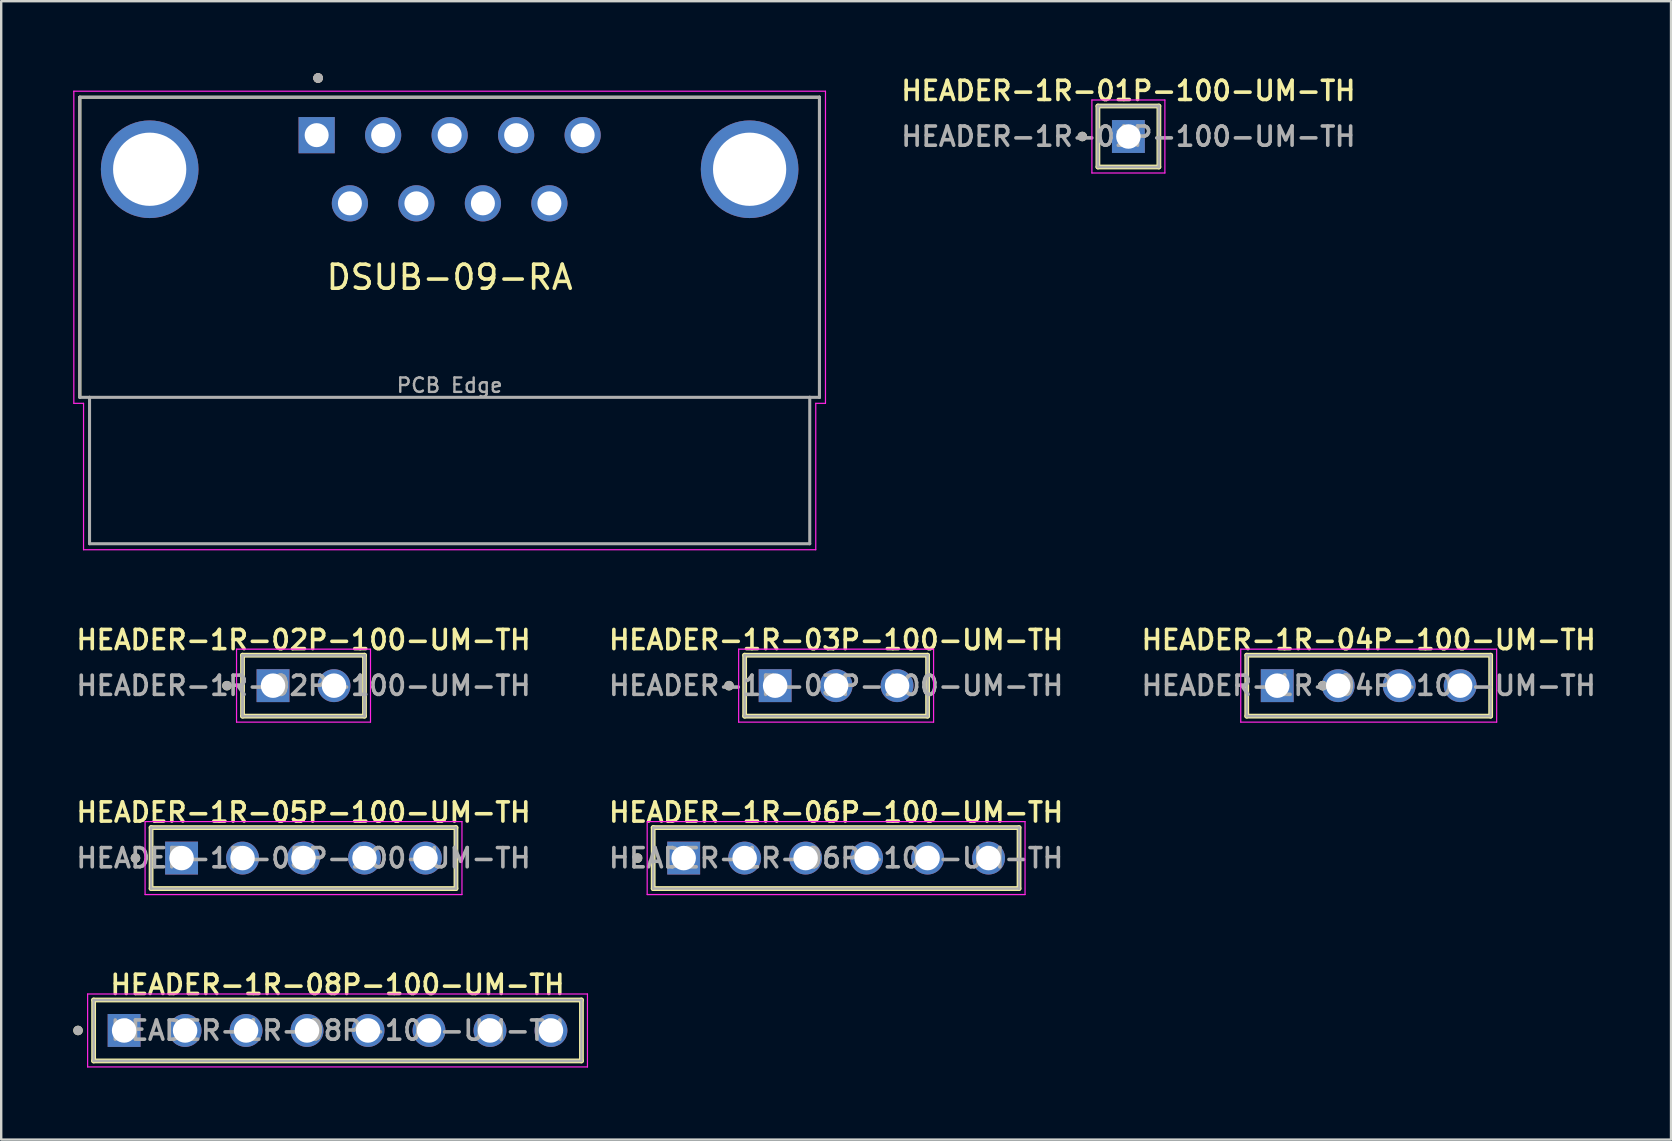
<source format=kicad_pcb>
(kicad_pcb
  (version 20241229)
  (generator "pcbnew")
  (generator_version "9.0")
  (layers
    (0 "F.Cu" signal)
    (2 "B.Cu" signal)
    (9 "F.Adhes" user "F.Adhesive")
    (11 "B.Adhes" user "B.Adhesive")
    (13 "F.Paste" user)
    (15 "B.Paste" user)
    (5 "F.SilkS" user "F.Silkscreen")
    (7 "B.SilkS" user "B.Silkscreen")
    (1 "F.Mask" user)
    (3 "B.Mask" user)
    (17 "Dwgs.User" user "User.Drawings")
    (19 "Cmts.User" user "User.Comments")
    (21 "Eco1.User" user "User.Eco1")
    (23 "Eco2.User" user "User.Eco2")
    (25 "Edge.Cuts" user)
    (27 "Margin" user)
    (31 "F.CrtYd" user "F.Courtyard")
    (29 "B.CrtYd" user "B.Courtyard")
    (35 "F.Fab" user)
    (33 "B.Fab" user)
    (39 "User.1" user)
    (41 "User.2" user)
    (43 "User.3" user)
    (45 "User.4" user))
  (footprint "HEADER-1R-03P-100-UM-TH"
    (layer "F.Cu")
    (at 31.778 25.511)
    (property "Reference" "HEADER-1R-03P-100-UM-TH" (at 0 -1.905 0) (layer "F.SilkS") (effects (font (size 0.8 0.8) (thickness 0.15))))
    (attr through_hole)
    (fp_line (start -3.81 1.27) (end -3.81 -1.27) (stroke (width 0.2) (type solid)) (layer "F.SilkS"))
    (fp_line (start 3.81 -1.27) (end -3.81 -1.27) (stroke (width 0.2) (type solid)) (layer "F.SilkS"))
    (fp_line (start 3.81 -1.27) (end 3.81 1.27) (stroke (width 0.2) (type solid)) (layer "F.SilkS"))
    (fp_line (start 3.81 1.27) (end -3.81 1.27) (stroke (width 0.2) (type solid)) (layer "F.SilkS"))
    (fp_circle (center -4.46 0) (end -4.36 0) (stroke (width 0.2) (type solid)) (fill no) (layer "F.SilkS"))
    (fp_line (start -4.06 -1.52) (end 4.06 -1.52) (stroke (width 0.05) (type solid)) (layer "F.CrtYd"))
    (fp_line (start -4.06 1.52) (end -4.06 -1.52) (stroke (width 0.05) (type solid)) (layer "F.CrtYd"))
    (fp_line (start 4.06 -1.52) (end 4.06 1.52) (stroke (width 0.05) (type solid)) (layer "F.CrtYd"))
    (fp_line (start 4.06 1.52) (end -4.06 1.52) (stroke (width 0.05) (type solid)) (layer "F.CrtYd"))
    (fp_line (start -3.81 -1.27) (end 3.81 -1.27) (stroke (width 0.1) (type solid)) (layer "F.Fab"))
    (fp_line (start -3.81 1.27) (end -3.81 -1.27) (stroke (width 0.1) (type solid)) (layer "F.Fab"))
    (fp_line (start 3.81 -1.27) (end 3.81 1.27) (stroke (width 0.1) (type solid)) (layer "F.Fab"))
    (fp_line (start 3.81 1.27) (end -3.81 1.27) (stroke (width 0.1) (type solid)) (layer "F.Fab"))
    (fp_circle (center -4.46 0) (end -4.36 0) (stroke (width 0.2) (type solid)) (fill no) (layer "F.Fab"))
    (fp_text user "${REFERENCE}" (at 0 0 0) (layer "F.Fab") (effects (font (size 0.8 0.8) (thickness 0.15) (bold yes))))
    (pad "01" thru_hole rect (at -2.54 0) (size 1.37 1.37) (drill 1.02) (layers "*.Cu" "*.Mask"))
    (pad "02" thru_hole circle (at 0 0) (size 1.37 1.37) (drill 1.02) (layers "*.Cu" "*.Mask"))
    (pad "03" thru_hole circle (at 2.54 0) (size 1.37 1.37) (drill 1.02) (layers "*.Cu" "*.Mask")))
  (footprint "HEADER-1R-01P-100-UM-TH"
    (layer "F.Cu")
    (at 43.953 2.636)
    (property "Reference" "HEADER-1R-01P-100-UM-TH" (at 0 -1.905 0) (layer "F.SilkS") (effects (font (size 0.8 0.8) (thickness 0.15))))
    (attr through_hole)
    (fp_line (start -1.27 1.27) (end -1.27 -1.27) (stroke (width 0.2) (type solid)) (layer "F.SilkS"))
    (fp_line (start 1.27 -1.27) (end -1.27 -1.27) (stroke (width 0.2) (type solid)) (layer "F.SilkS"))
    (fp_line (start 1.27 -1.27) (end 1.27 1.27) (stroke (width 0.2) (type solid)) (layer "F.SilkS"))
    (fp_line (start 1.27 1.27) (end -1.27 1.27) (stroke (width 0.2) (type solid)) (layer "F.SilkS"))
    (fp_circle (center -1.92 0) (end -1.82 0) (stroke (width 0.2) (type solid)) (fill no) (layer "F.SilkS"))
    (fp_line (start -1.52 -1.52) (end 1.52 -1.52) (stroke (width 0.05) (type solid)) (layer "F.CrtYd"))
    (fp_line (start -1.52 1.52) (end -1.52 -1.52) (stroke (width 0.05) (type solid)) (layer "F.CrtYd"))
    (fp_line (start 1.52 -1.52) (end 1.52 1.52) (stroke (width 0.05) (type solid)) (layer "F.CrtYd"))
    (fp_line (start 1.52 1.52) (end -1.52 1.52) (stroke (width 0.05) (type solid)) (layer "F.CrtYd"))
    (fp_line (start -1.27 -1.27) (end 1.27 -1.27) (stroke (width 0.1) (type solid)) (layer "F.Fab"))
    (fp_line (start -1.27 -1.27) (end 1.27 -1.27) (stroke (width 0.1) (type solid)) (layer "F.Fab"))
    (fp_line (start -1.27 1.27) (end -1.27 -1.27) (stroke (width 0.1) (type solid)) (layer "F.Fab"))
    (fp_line (start -1.27 1.27) (end -1.27 -1.27) (stroke (width 0.1) (type solid)) (layer "F.Fab"))
    (fp_line (start 1.27 -1.27) (end 1.27 1.27) (stroke (width 0.1) (type solid)) (layer "F.Fab"))
    (fp_line (start 1.27 -1.27) (end 1.27 1.27) (stroke (width 0.1) (type solid)) (layer "F.Fab"))
    (fp_line (start 1.27 1.27) (end -1.27 1.27) (stroke (width 0.1) (type solid)) (layer "F.Fab"))
    (fp_circle (center -1.92 0) (end -1.82 0) (stroke (width 0.2) (type solid)) (fill no) (layer "F.Fab"))
    (fp_text user "${REFERENCE}" (at 0 0 0) (layer "F.Fab") (effects (font (size 0.8 0.8) (thickness 0.15) (bold yes))))
    (pad "01" thru_hole rect (at 0 0) (size 1.37 1.37) (drill 1.02) (layers "*.Cu" "*.Mask")))
  (footprint "HEADER-1R-05P-100-UM-TH"
    (layer "F.Cu")
    (at 9.593 32.693)
    (property "Reference" "HEADER-1R-05P-100-UM-TH" (at 0 -1.905 0) (layer "F.SilkS") (effects (font (size 0.8 0.8) (thickness 0.15))))
    (attr through_hole)
    (fp_line (start -6.35 1.27) (end -6.35 -1.27) (stroke (width 0.2) (type solid)) (layer "F.SilkS"))
    (fp_line (start 6.35 -1.27) (end -6.35 -1.27) (stroke (width 0.2) (type solid)) (layer "F.SilkS"))
    (fp_line (start 6.35 -1.27) (end 6.35 1.27) (stroke (width 0.2) (type solid)) (layer "F.SilkS"))
    (fp_line (start 6.35 1.27) (end -6.35 1.27) (stroke (width 0.2) (type solid)) (layer "F.SilkS"))
    (fp_circle (center -7 0) (end -6.9 0) (stroke (width 0.2) (type solid)) (fill no) (layer "F.SilkS"))
    (fp_line (start -6.6 -1.52) (end 6.6 -1.52) (stroke (width 0.05) (type solid)) (layer "F.CrtYd"))
    (fp_line (start -6.6 1.52) (end -6.6 -1.52) (stroke (width 0.05) (type solid)) (layer "F.CrtYd"))
    (fp_line (start 6.6 -1.52) (end 6.6 1.52) (stroke (width 0.05) (type solid)) (layer "F.CrtYd"))
    (fp_line (start 6.6 1.52) (end -6.6 1.52) (stroke (width 0.05) (type solid)) (layer "F.CrtYd"))
    (fp_line (start -6.35 -1.27) (end 6.35 -1.27) (stroke (width 0.1) (type solid)) (layer "F.Fab"))
    (fp_line (start -6.35 1.27) (end -6.35 -1.27) (stroke (width 0.1) (type solid)) (layer "F.Fab"))
    (fp_line (start 6.35 -1.27) (end 6.35 1.27) (stroke (width 0.1) (type solid)) (layer "F.Fab"))
    (fp_line (start 6.35 1.27) (end -6.35 1.27) (stroke (width 0.1) (type solid)) (layer "F.Fab"))
    (fp_circle (center -7 0) (end -6.9 0) (stroke (width 0.2) (type solid)) (fill no) (layer "F.Fab"))
    (fp_text user "${REFERENCE}" (at 0 0 0) (layer "F.Fab") (effects (font (size 0.8 0.8) (thickness 0.15) (bold yes))))
    (pad "01" thru_hole rect (at -5.08 0) (size 1.37 1.37) (drill 1.02) (layers "*.Cu" "*.Mask"))
    (pad "02" thru_hole circle (at -2.54 0) (size 1.37 1.37) (drill 1.02) (layers "*.Cu" "*.Mask"))
    (pad "03" thru_hole circle (at 0 0) (size 1.37 1.37) (drill 1.02) (layers "*.Cu" "*.Mask"))
    (pad "04" thru_hole circle (at 2.54 0) (size 1.37 1.37) (drill 1.02) (layers "*.Cu" "*.Mask"))
    (pad "05" thru_hole circle (at 5.08 0) (size 1.37 1.37) (drill 1.02) (layers "*.Cu" "*.Mask")))
  (footprint "HEADER-1R-04P-100-UM-TH"
    (layer "F.Cu")
    (at 53.963 25.511)
    (property "Reference" "HEADER-1R-04P-100-UM-TH" (at 0 -1.905 0) (layer "F.SilkS") (effects (font (size 0.8 0.8) (thickness 0.15))))
    (attr through_hole)
    (fp_line (start -5.08 1.27) (end -5.08 -1.27) (stroke (width 0.2) (type solid)) (layer "F.SilkS"))
    (fp_line (start 5.08 -1.27) (end -5.08 -1.27) (stroke (width 0.2) (type solid)) (layer "F.SilkS"))
    (fp_line (start 5.08 -1.27) (end 5.08 1.27) (stroke (width 0.2) (type solid)) (layer "F.SilkS"))
    (fp_line (start 5.08 1.27) (end -5.08 1.27) (stroke (width 0.2) (type solid)) (layer "F.SilkS"))
    (fp_circle (center -1.92 0) (end -1.82 0) (stroke (width 0.2) (type solid)) (fill no) (layer "F.SilkS"))
    (fp_line (start -5.33 -1.52) (end 5.33 -1.52) (stroke (width 0.05) (type solid)) (layer "F.CrtYd"))
    (fp_line (start -5.33 1.52) (end -5.33 -1.52) (stroke (width 0.05) (type solid)) (layer "F.CrtYd"))
    (fp_line (start 5.33 -1.52) (end 5.33 1.52) (stroke (width 0.05) (type solid)) (layer "F.CrtYd"))
    (fp_line (start 5.33 1.52) (end -5.33 1.52) (stroke (width 0.05) (type solid)) (layer "F.CrtYd"))
    (fp_line (start -5.08 -1.27) (end 5.08 -1.27) (stroke (width 0.1) (type solid)) (layer "F.Fab"))
    (fp_line (start -5.08 1.27) (end -5.08 -1.27) (stroke (width 0.1) (type solid)) (layer "F.Fab"))
    (fp_line (start 5.08 -1.27) (end 5.08 1.27) (stroke (width 0.1) (type solid)) (layer "F.Fab"))
    (fp_line (start 5.08 1.27) (end -5.08 1.27) (stroke (width 0.1) (type solid)) (layer "F.Fab"))
    (fp_circle (center -1.92 0) (end -1.82 0) (stroke (width 0.2) (type solid)) (fill no) (layer "F.Fab"))
    (fp_text user "${REFERENCE}" (at 0 0 0) (layer "F.Fab") (effects (font (size 0.8 0.8) (thickness 0.15) (bold yes))))
    (pad "01" thru_hole rect (at -3.81 0) (size 1.37 1.37) (drill 1.02) (layers "*.Cu" "*.Mask"))
    (pad "02" thru_hole circle (at -1.27 0) (size 1.37 1.37) (drill 1.02) (layers "*.Cu" "*.Mask"))
    (pad "03" thru_hole circle (at 1.27 0) (size 1.37 1.37) (drill 1.02) (layers "*.Cu" "*.Mask"))
    (pad "04" thru_hole circle (at 3.81 0) (size 1.37 1.37) (drill 1.02) (layers "*.Cu" "*.Mask")))
  (footprint "HEADER-1R-06P-100-UM-TH"
    (layer "F.Cu")
    (at 31.778 32.693)
    (property "Reference" "HEADER-1R-06P-100-UM-TH" (at 0 -1.905 0) (layer "F.SilkS") (effects (font (size 0.8 0.8) (thickness 0.15))))
    (attr through_hole)
    (fp_line (start -7.62 1.27) (end -7.62 -1.27) (stroke (width 0.2) (type solid)) (layer "F.SilkS"))
    (fp_line (start 7.62 -1.27) (end -7.62 -1.27) (stroke (width 0.2) (type solid)) (layer "F.SilkS"))
    (fp_line (start 7.62 -1.27) (end 7.62 1.27) (stroke (width 0.2) (type solid)) (layer "F.SilkS"))
    (fp_line (start 7.62 1.27) (end -7.62 1.27) (stroke (width 0.2) (type solid)) (layer "F.SilkS"))
    (fp_circle (center -8.27 0) (end -8.17 0) (stroke (width 0.2) (type solid)) (fill no) (layer "F.SilkS"))
    (fp_line (start -7.87 -1.52) (end 7.87 -1.52) (stroke (width 0.05) (type solid)) (layer "F.CrtYd"))
    (fp_line (start -7.87 1.52) (end -7.87 -1.52) (stroke (width 0.05) (type solid)) (layer "F.CrtYd"))
    (fp_line (start 7.87 -1.52) (end 7.87 1.52) (stroke (width 0.05) (type solid)) (layer "F.CrtYd"))
    (fp_line (start 7.87 1.52) (end -7.87 1.52) (stroke (width 0.05) (type solid)) (layer "F.CrtYd"))
    (fp_line (start -7.62 -1.27) (end 7.62 -1.27) (stroke (width 0.1) (type solid)) (layer "F.Fab"))
    (fp_line (start -7.62 1.27) (end -7.62 -1.27) (stroke (width 0.1) (type solid)) (layer "F.Fab"))
    (fp_line (start 7.62 -1.27) (end 7.62 1.27) (stroke (width 0.1) (type solid)) (layer "F.Fab"))
    (fp_line (start 7.62 1.27) (end -7.62 1.27) (stroke (width 0.1) (type solid)) (layer "F.Fab"))
    (fp_circle (center -8.27 0) (end -8.17 0) (stroke (width 0.2) (type solid)) (fill no) (layer "F.Fab"))
    (fp_text user "${REFERENCE}" (at 0 0 0) (layer "F.Fab") (effects (font (size 0.8 0.8) (thickness 0.15) (bold yes))))
    (pad "01" thru_hole rect (at -6.35 0) (size 1.37 1.37) (drill 1.02) (layers "*.Cu" "*.Mask"))
    (pad "02" thru_hole circle (at -3.81 0) (size 1.37 1.37) (drill 1.02) (layers "*.Cu" "*.Mask"))
    (pad "03" thru_hole circle (at -1.27 0) (size 1.37 1.37) (drill 1.02) (layers "*.Cu" "*.Mask"))
    (pad "04" thru_hole circle (at 1.27 0) (size 1.37 1.37) (drill 1.02) (layers "*.Cu" "*.Mask"))
    (pad "05" thru_hole circle (at 3.81 0) (size 1.37 1.37) (drill 1.02) (layers "*.Cu" "*.Mask"))
    (pad "06" thru_hole circle (at 6.35 0) (size 1.37 1.37) (drill 1.02) (layers "*.Cu" "*.Mask")))
  (footprint "HEADER-1R-08P-100-UM-TH"
    (layer "F.Cu")
    (at 11.01 39.874)
    (property "Reference" "HEADER-1R-08P-100-UM-TH" (at 0 -1.905 0) (layer "F.SilkS") (effects (font (size 0.8 0.8) (thickness 0.15))))
    (attr through_hole)
    (fp_line (start -10.16 1.27) (end -10.16 -1.27) (stroke (width 0.2) (type solid)) (layer "F.SilkS"))
    (fp_line (start 10.16 -1.27) (end -10.16 -1.27) (stroke (width 0.2) (type solid)) (layer "F.SilkS"))
    (fp_line (start 10.16 -1.27) (end 10.16 1.27) (stroke (width 0.2) (type solid)) (layer "F.SilkS"))
    (fp_line (start 10.16 1.27) (end -10.16 1.27) (stroke (width 0.2) (type solid)) (layer "F.SilkS"))
    (fp_circle (center -10.81 0) (end -10.71 0) (stroke (width 0.2) (type solid)) (fill no) (layer "F.SilkS"))
    (fp_line (start -10.41 -1.52) (end 10.41 -1.52) (stroke (width 0.05) (type solid)) (layer "F.CrtYd"))
    (fp_line (start -10.41 1.52) (end -10.41 -1.52) (stroke (width 0.05) (type solid)) (layer "F.CrtYd"))
    (fp_line (start 10.41 -1.52) (end 10.41 1.52) (stroke (width 0.05) (type solid)) (layer "F.CrtYd"))
    (fp_line (start 10.41 1.52) (end -10.41 1.52) (stroke (width 0.05) (type solid)) (layer "F.CrtYd"))
    (fp_line (start -10.16 -1.27) (end 10.16 -1.27) (stroke (width 0.1) (type solid)) (layer "F.Fab"))
    (fp_line (start -10.16 1.27) (end -10.16 -1.27) (stroke (width 0.1) (type solid)) (layer "F.Fab"))
    (fp_line (start 10.16 -1.27) (end 10.16 1.27) (stroke (width 0.1) (type solid)) (layer "F.Fab"))
    (fp_line (start 10.16 1.27) (end -10.16 1.27) (stroke (width 0.1) (type solid)) (layer "F.Fab"))
    (fp_circle (center -10.81 0) (end -10.71 0) (stroke (width 0.2) (type solid)) (fill no) (layer "F.Fab"))
    (fp_text user "${REFERENCE}" (at 0 0 0) (layer "F.Fab") (effects (font (size 0.8 0.8) (thickness 0.15) (bold yes))))
    (pad "01" thru_hole rect (at -8.89 0) (size 1.37 1.37) (drill 1.02) (layers "*.Cu" "*.Mask"))
    (pad "02" thru_hole circle (at -6.35 0) (size 1.37 1.37) (drill 1.02) (layers "*.Cu" "*.Mask"))
    (pad "03" thru_hole circle (at -3.81 0) (size 1.37 1.37) (drill 1.02) (layers "*.Cu" "*.Mask"))
    (pad "04" thru_hole circle (at -1.27 0) (size 1.37 1.37) (drill 1.02) (layers "*.Cu" "*.Mask"))
    (pad "05" thru_hole circle (at 1.27 0) (size 1.37 1.37) (drill 1.02) (layers "*.Cu" "*.Mask"))
    (pad "06" thru_hole circle (at 3.81 0) (size 1.37 1.37) (drill 1.02) (layers "*.Cu" "*.Mask"))
    (pad "07" thru_hole circle (at 6.35 0) (size 1.37 1.37) (drill 1.02) (layers "*.Cu" "*.Mask"))
    (pad "08" thru_hole circle (at 8.89 0) (size 1.37 1.37) (drill 1.02) (layers "*.Cu" "*.Mask")))
  (footprint "DSUB-09-RA"
    (layer "F.Cu")
    (at 15.68 4)
    (property "Reference" "DSUB-09-RA" (at 0 4.5 0) (layer "F.SilkS") (effects (font (size 1 1) (thickness 0.15))))
    (attr through_hole)
    (fp_line (start -15.405 -3) (end 15.405 -3) (stroke (width 0.127) (type solid)) (layer "F.SilkS"))
    (fp_line (start -15.405 9.5) (end -15.405 -3) (stroke (width 0.127) (type solid)) (layer "F.SilkS"))
    (fp_line (start 15.405 -3) (end 15.405 9.5) (stroke (width 0.127) (type solid)) (layer "F.SilkS"))
    (fp_circle (center -5.48 -3.8) (end -5.38 -3.8) (stroke (width 0.2) (type solid)) (fill no) (layer "F.SilkS"))
    (fp_circle (center -5.48 -3.8) (end -5.38 -3.8) (stroke (width 0.2) (type solid)) (fill no) (layer "B.SilkS"))
    (fp_line (start -15.655 -3.25) (end 15.655 -3.25) (stroke (width 0.05) (type solid)) (layer "F.CrtYd"))
    (fp_line (start -15.655 9.75) (end -15.655 -3.25) (stroke (width 0.05) (type solid)) (layer "F.CrtYd"))
    (fp_line (start -15.25 9.75) (end -15.655 9.75) (stroke (width 0.05) (type solid)) (layer "F.CrtYd"))
    (fp_line (start -15.25 15.85) (end -15.25 9.75) (stroke (width 0.05) (type solid)) (layer "F.CrtYd"))
    (fp_line (start 15.25 9.75) (end 15.25 15.85) (stroke (width 0.05) (type solid)) (layer "F.CrtYd"))
    (fp_line (start 15.25 15.85) (end -15.25 15.85) (stroke (width 0.05) (type solid)) (layer "F.CrtYd"))
    (fp_line (start 15.655 -3.25) (end 15.655 9.75) (stroke (width 0.05) (type solid)) (layer "F.CrtYd"))
    (fp_line (start 15.655 9.75) (end 15.25 9.75) (stroke (width 0.05) (type solid)) (layer "F.CrtYd"))
    (fp_line (start -15.405 -3) (end 15.405 -3) (stroke (width 0.127) (type solid)) (layer "F.Fab"))
    (fp_line (start -15.405 9.5) (end -15.405 -3) (stroke (width 0.127) (type solid)) (layer "F.Fab"))
    (fp_line (start -15 9.5) (end -15.405 9.5) (stroke (width 0.127) (type solid)) (layer "F.Fab"))
    (fp_line (start -15 15.6) (end -15 9.5) (stroke (width 0.127) (type solid)) (layer "F.Fab"))
    (fp_line (start -15 15.6) (end 15 15.6) (stroke (width 0.127) (type solid)) (layer "F.Fab"))
    (fp_line (start 15 9.5) (end -15 9.5) (stroke (width 0.127) (type solid)) (layer "F.Fab"))
    (fp_line (start 15 15.6) (end 15 9.5) (stroke (width 0.127) (type solid)) (layer "F.Fab"))
    (fp_line (start 15.405 -3) (end 15.405 9.5) (stroke (width 0.127) (type solid)) (layer "F.Fab"))
    (fp_line (start 15.405 9.5) (end 15 9.5) (stroke (width 0.127) (type solid)) (layer "F.Fab"))
    (fp_circle (center -5.48 -3.8) (end -5.38 -3.8) (stroke (width 0.2) (type solid)) (fill no) (layer "F.Fab"))
    (fp_circle (center -5.48 -3.8) (end -5.38 -3.8) (stroke (width 0.2) (type solid)) (fill no) (layer "F.Fab"))
    (fp_text user "PCB Edge" (at 0 9 0) (layer "F.Fab") (effects (font (size 0.6 0.6) (thickness 0.1) (bold yes))))
    (pad "1" thru_hole rect (at -5.54 -1.42) (size 1.508 1.508) (drill 1) (layers "*.Cu" "*.Mask"))
    (pad "2" thru_hole circle (at -2.77 -1.42) (size 1.508 1.508) (drill 1) (layers "*.Cu" "*.Mask"))
    (pad "3" thru_hole circle (at 0 -1.42) (size 1.508 1.508) (drill 1) (layers "*.Cu" "*.Mask"))
    (pad "4" thru_hole circle (at 2.77 -1.42) (size 1.508 1.508) (drill 1) (layers "*.Cu" "*.Mask"))
    (pad "5" thru_hole circle (at 5.54 -1.42) (size 1.508 1.508) (drill 1) (layers "*.Cu" "*.Mask"))
    (pad "6" thru_hole circle (at -4.155 1.42) (size 1.508 1.508) (drill 1) (layers "*.Cu" "*.Mask"))
    (pad "7" thru_hole circle (at -1.385 1.42) (size 1.508 1.508) (drill 1) (layers "*.Cu" "*.Mask"))
    (pad "8" thru_hole circle (at 1.385 1.42) (size 1.508 1.508) (drill 1) (layers "*.Cu" "*.Mask"))
    (pad "9" thru_hole circle (at 4.155 1.42) (size 1.508 1.508) (drill 1) (layers "*.Cu" "*.Mask"))
    (pad "SH1" thru_hole circle (at -12.495 0) (size 4.066 4.066) (drill 3.05) (layers "*.Cu" "*.Mask"))
    (pad "SH2" thru_hole circle (at 12.495 0) (size 4.066 4.066) (drill 3.05) (layers "*.Cu" "*.Mask")))
  (footprint "HEADER-1R-02P-100-UM-TH"
    (layer "F.Cu")
    (at 9.593 25.511)
    (property "Reference" "HEADER-1R-02P-100-UM-TH" (at 0 -1.905 0) (layer "F.SilkS") (effects (font (size 0.8 0.8) (thickness 0.15))))
    (attr through_hole)
    (fp_line (start -2.54 1.27) (end -2.54 -1.27) (stroke (width 0.2) (type solid)) (layer "F.SilkS"))
    (fp_line (start 2.54 -1.27) (end -2.54 -1.27) (stroke (width 0.2) (type solid)) (layer "F.SilkS"))
    (fp_line (start 2.54 -1.27) (end 2.54 1.27) (stroke (width 0.2) (type solid)) (layer "F.SilkS"))
    (fp_line (start 2.54 1.27) (end -2.54 1.27) (stroke (width 0.2) (type solid)) (layer "F.SilkS"))
    (fp_circle (center -3.19 0) (end -3.09 0) (stroke (width 0.2) (type solid)) (fill no) (layer "F.SilkS"))
    (fp_line (start -2.79 -1.52) (end 2.79 -1.52) (stroke (width 0.05) (type solid)) (layer "F.CrtYd"))
    (fp_line (start -2.79 1.52) (end -2.79 -1.52) (stroke (width 0.05) (type solid)) (layer "F.CrtYd"))
    (fp_line (start 2.79 -1.52) (end 2.79 1.52) (stroke (width 0.05) (type solid)) (layer "F.CrtYd"))
    (fp_line (start 2.79 1.52) (end -2.79 1.52) (stroke (width 0.05) (type solid)) (layer "F.CrtYd"))
    (fp_line (start -2.54 -1.27) (end 2.54 -1.27) (stroke (width 0.1) (type solid)) (layer "F.Fab"))
    (fp_line (start -2.54 -1.27) (end 2.54 -1.27) (stroke (width 0.1) (type solid)) (layer "F.Fab"))
    (fp_line (start -2.54 1.27) (end -2.54 -1.27) (stroke (width 0.1) (type solid)) (layer "F.Fab"))
    (fp_line (start -2.54 1.27) (end -2.54 -1.27) (stroke (width 0.1) (type solid)) (layer "F.Fab"))
    (fp_line (start 2.54 -1.27) (end 2.54 1.27) (stroke (width 0.1) (type solid)) (layer "F.Fab"))
    (fp_line (start 2.54 -1.27) (end 2.54 1.27) (stroke (width 0.1) (type solid)) (layer "F.Fab"))
    (fp_line (start 2.54 1.27) (end -2.54 1.27) (stroke (width 0.1) (type solid)) (layer "F.Fab"))
    (fp_circle (center -3.19 0) (end -3.09 0) (stroke (width 0.2) (type solid)) (fill no) (layer "F.Fab"))
    (fp_text user "${REFERENCE}" (at 0 0 0) (layer "F.Fab") (effects (font (size 0.8 0.8) (thickness 0.15) (bold yes))))
    (pad "01" thru_hole rect (at -1.27 0) (size 1.37 1.37) (drill 1.02) (layers "*.Cu" "*.Mask"))
    (pad "02" thru_hole circle (at 1.27 0) (size 1.37 1.37) (drill 1.02) (layers "*.Cu" "*.Mask")))
  (gr_rect
    (start -3 -3)
    (end 66.556 44.419)
    (stroke (width 0.1) (type default))
    (fill no)
    (layer "Edge.Cuts")))
</source>
